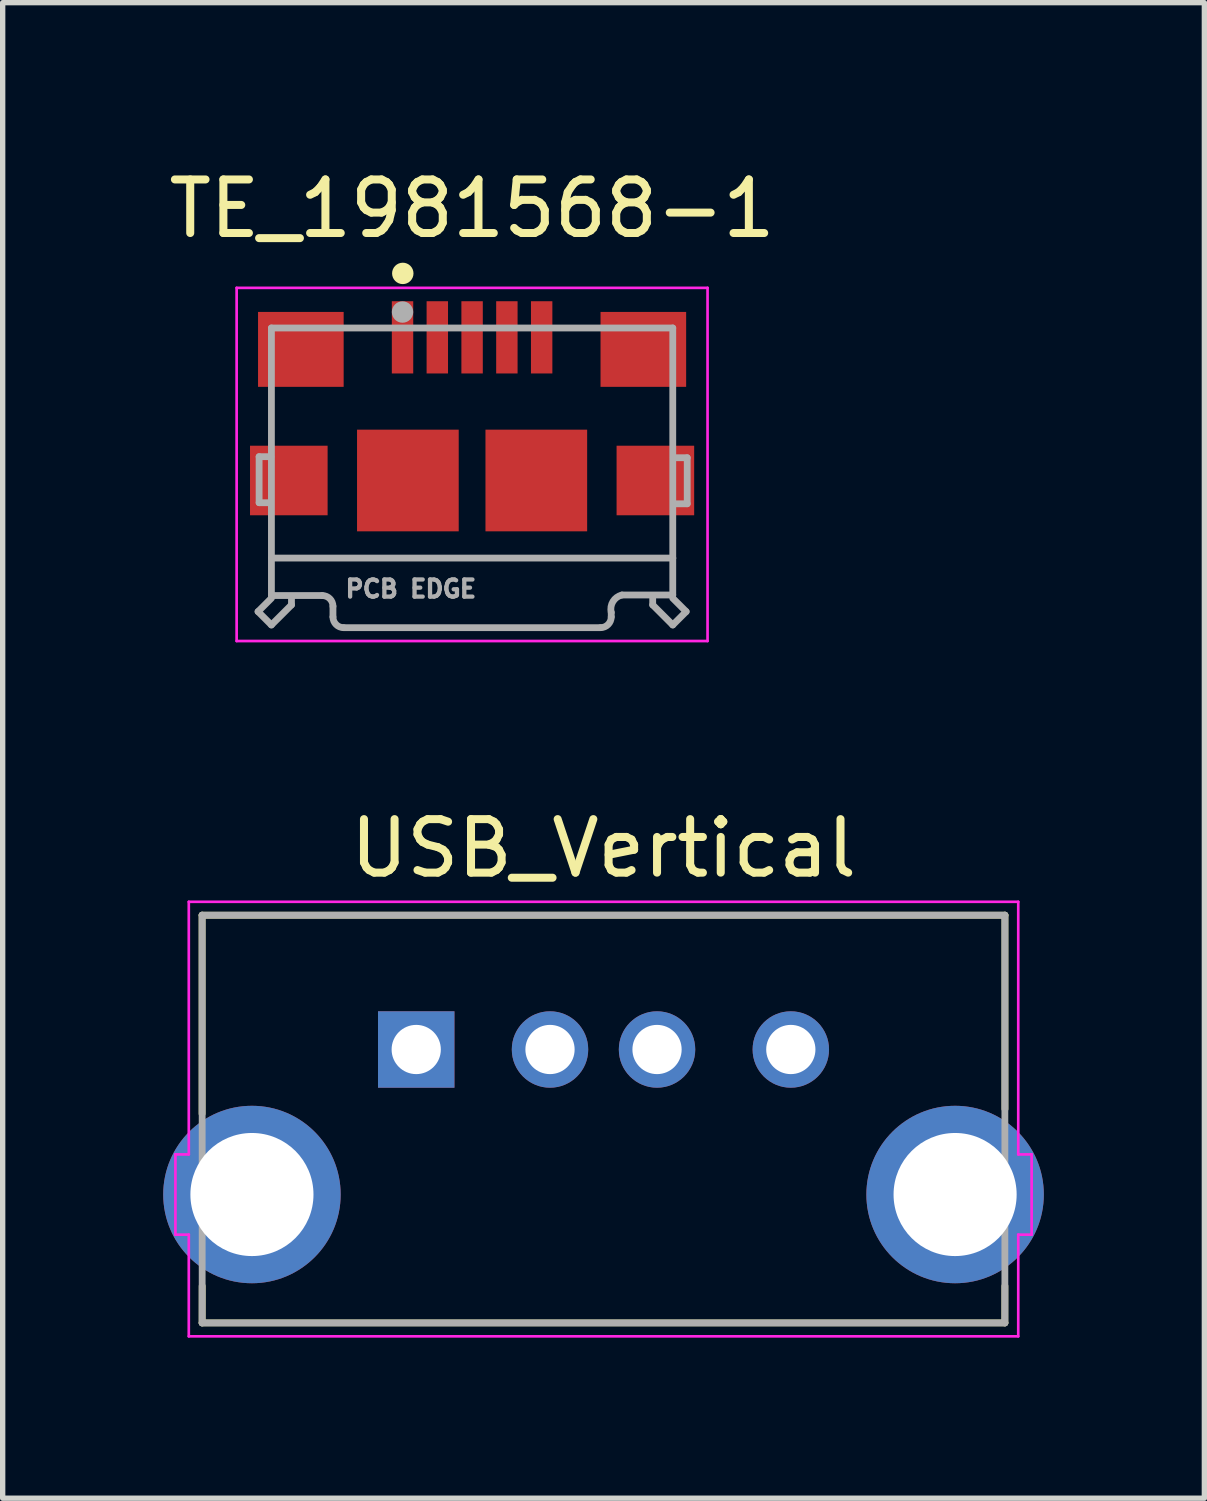
<source format=kicad_pcb>
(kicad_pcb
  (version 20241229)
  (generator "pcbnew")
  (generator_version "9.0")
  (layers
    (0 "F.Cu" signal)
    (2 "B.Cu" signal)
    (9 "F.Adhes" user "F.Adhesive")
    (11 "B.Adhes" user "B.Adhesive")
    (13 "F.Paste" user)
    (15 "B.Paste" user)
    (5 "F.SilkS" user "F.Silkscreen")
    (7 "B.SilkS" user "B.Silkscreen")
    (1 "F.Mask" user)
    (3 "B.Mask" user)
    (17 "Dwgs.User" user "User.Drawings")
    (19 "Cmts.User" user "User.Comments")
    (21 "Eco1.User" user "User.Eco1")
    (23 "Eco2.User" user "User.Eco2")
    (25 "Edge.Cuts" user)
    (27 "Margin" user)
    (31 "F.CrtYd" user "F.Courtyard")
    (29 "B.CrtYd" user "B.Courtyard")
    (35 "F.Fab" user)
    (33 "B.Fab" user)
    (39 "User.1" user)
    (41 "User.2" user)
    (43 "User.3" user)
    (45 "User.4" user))
  (footprint "USB_Vertical"
    (layer "F.Cu")
    (at 8.228 16.562)
    (property "Reference" "USB_Vertical" (at 0 -3.76 0) (unlocked yes) (layer "F.SilkS") (effects (font (size 1 1) (thickness 0.15))))
    (fp_line (start -7.502 -2.51) (end 7.502 -2.51) (stroke (width 0.127) (type solid)) (layer "F.SilkS"))
    (fp_line (start -7.502 1.201) (end -7.502 -2.51) (stroke (width 0.127) (type solid)) (layer "F.SilkS"))
    (fp_line (start -7.501 5.109) (end 7.501 5.109) (stroke (width 0.127) (type solid)) (layer "F.SilkS"))
    (fp_line (start -7.5 4.42) (end -7.501 5.109) (stroke (width 0.127) (type solid)) (layer "F.SilkS"))
    (fp_line (start 7.501 4.419) (end 7.5 5.107) (stroke (width 0.127) (type solid)) (layer "F.SilkS"))
    (fp_line (start 7.502 -2.51) (end 7.502 1.113) (stroke (width 0.127) (type solid)) (layer "F.SilkS"))
    (fp_line (start -8 1.96) (end -8 3.46) (stroke (width 0.05) (type solid)) (layer "F.CrtYd"))
    (fp_line (start -8 3.46) (end -7.75 3.46) (stroke (width 0.05) (type solid)) (layer "F.CrtYd"))
    (fp_line (start -7.75 -2.76) (end -7.75 1.96) (stroke (width 0.05) (type solid)) (layer "F.CrtYd"))
    (fp_line (start -7.75 1.96) (end -8 1.96) (stroke (width 0.05) (type solid)) (layer "F.CrtYd"))
    (fp_line (start -7.75 3.46) (end -7.75 5.36) (stroke (width 0.05) (type solid)) (layer "F.CrtYd"))
    (fp_line (start -7.75 5.36) (end 7.75 5.36) (stroke (width 0.05) (type solid)) (layer "F.CrtYd"))
    (fp_line (start 7.75 -2.76) (end -7.75 -2.76) (stroke (width 0.05) (type solid)) (layer "F.CrtYd"))
    (fp_line (start 7.75 1.96) (end 7.75 -2.76) (stroke (width 0.05) (type solid)) (layer "F.CrtYd"))
    (fp_line (start 7.75 3.46) (end 8 3.46) (stroke (width 0.05) (type solid)) (layer "F.CrtYd"))
    (fp_line (start 7.75 5.36) (end 7.75 3.46) (stroke (width 0.05) (type solid)) (layer "F.CrtYd"))
    (fp_line (start 8 1.96) (end 7.75 1.96) (stroke (width 0.05) (type solid)) (layer "F.CrtYd"))
    (fp_line (start 8 3.46) (end 8 1.96) (stroke (width 0.05) (type solid)) (layer "F.CrtYd"))
    (fp_line (start -7.5 -2.51) (end -7.5 5.11) (stroke (width 0.127) (type solid)) (layer "F.Fab"))
    (fp_line (start -7.5 5.11) (end 7.5 5.11) (stroke (width 0.127) (type solid)) (layer "F.Fab"))
    (fp_line (start 7.5 -2.51) (end -7.5 -2.51) (stroke (width 0.127) (type solid)) (layer "F.Fab"))
    (fp_line (start 7.5 5.11) (end 7.5 -2.51) (stroke (width 0.127) (type solid)) (layer "F.Fab"))
    (pad "1" thru_hole rect (at -3.5 0) (size 1.428 1.428) (drill 0.92) (layers "*.Cu" "*.Mask"))
    (pad "2" thru_hole circle (at -1 0) (size 1.428 1.428) (drill 0.92) (layers "*.Cu" "*.Mask"))
    (pad "3" thru_hole circle (at 1 0) (size 1.428 1.428) (drill 0.92) (layers "*.Cu" "*.Mask"))
    (pad "4" thru_hole circle (at 3.5 0) (size 1.428 1.428) (drill 0.92) (layers "*.Cu" "*.Mask"))
    (pad "5" thru_hole circle (at -6.57 2.71) (size 3.316 3.316) (drill 2.3) (layers "*.Cu" "*.Mask"))
    (pad "5" thru_hole circle (at 6.57 2.71) (size 3.316 3.316) (drill 2.3) (layers "*.Cu" "*.Mask")))
  (footprint "TE_1981568-1"
    (layer "F.Cu")
    (at 5.772 5.929)
    (property "Reference" "TE_1981568-1" (at 0 -5.08 0) (layer "F.SilkS") (effects (font (size 1.001 1.001) (thickness 0.15))))
    (attr through_hole)
    (fp_circle (center -1.295 -3.87) (end -1.195 -3.87) (stroke (width 0.2) (type solid)) (fill no) (layer "F.SilkS"))
    (fp_line (start -4.4 -3.6) (end -4.4 3) (stroke (width 0.05) (type solid)) (layer "F.CrtYd"))
    (fp_line (start -4.4 3) (end 4.4 3) (stroke (width 0.05) (type solid)) (layer "F.CrtYd"))
    (fp_line (start 4.4 -3.6) (end -4.4 -3.6) (stroke (width 0.05) (type solid)) (layer "F.CrtYd"))
    (fp_line (start 4.4 3) (end 4.4 -3.6) (stroke (width 0.05) (type solid)) (layer "F.CrtYd"))
    (fp_line (start -4 2.45) (end -3.75 2.7) (stroke (width 0.127) (type solid)) (layer "F.Fab"))
    (fp_line (start -3.98 -0.445) (end -3.98 0.415) (stroke (width 0.127) (type solid)) (layer "F.Fab"))
    (fp_line (start -3.98 0.415) (end -3.78 0.415) (stroke (width 0.127) (type solid)) (layer "F.Fab"))
    (fp_line (start -3.76 -0.445) (end -3.98 -0.445) (stroke (width 0.127) (type solid)) (layer "F.Fab"))
    (fp_line (start -3.75 -2.85) (end -3.75 1.45) (stroke (width 0.127) (type solid)) (layer "F.Fab"))
    (fp_line (start -3.75 1.45) (end -3.75 2.15) (stroke (width 0.127) (type solid)) (layer "F.Fab"))
    (fp_line (start -3.75 1.45) (end 3.75 1.45) (stroke (width 0.127) (type solid)) (layer "F.Fab"))
    (fp_line (start -3.75 2.15) (end -2.8 2.15) (stroke (width 0.127) (type solid)) (layer "F.Fab"))
    (fp_line (start -3.75 2.2) (end -4 2.45) (stroke (width 0.127) (type solid)) (layer "F.Fab"))
    (fp_line (start -3.75 2.7) (end -3.375 2.325) (stroke (width 0.127) (type solid)) (layer "F.Fab"))
    (fp_line (start -3.375 2.325) (end -3.375 2.2) (stroke (width 0.127) (type solid)) (layer "F.Fab"))
    (fp_line (start -2.6 2.35) (end -2.6 2.55) (stroke (width 0.127) (type solid)) (layer "F.Fab"))
    (fp_line (start 2.4 2.75) (end -2.4 2.75) (stroke (width 0.127) (type solid)) (layer "F.Fab"))
    (fp_line (start 2.6 2.465) (end 2.6 2.55) (stroke (width 0.127) (type solid)) (layer "F.Fab"))
    (fp_line (start 3.375 2.325) (end 3.375 2.2) (stroke (width 0.127) (type solid)) (layer "F.Fab"))
    (fp_line (start 3.75 -2.85) (end -3.75 -2.85) (stroke (width 0.127) (type solid)) (layer "F.Fab"))
    (fp_line (start 3.75 1.45) (end 3.75 -2.85) (stroke (width 0.127) (type solid)) (layer "F.Fab"))
    (fp_line (start 3.75 2.14) (end 2.8 2.14) (stroke (width 0.127) (type solid)) (layer "F.Fab"))
    (fp_line (start 3.75 2.14) (end 3.75 1.45) (stroke (width 0.127) (type solid)) (layer "F.Fab"))
    (fp_line (start 3.75 2.2) (end 4 2.45) (stroke (width 0.127) (type solid)) (layer "F.Fab"))
    (fp_line (start 3.75 2.7) (end 3.375 2.325) (stroke (width 0.127) (type solid)) (layer "F.Fab"))
    (fp_line (start 3.76 -0.425) (end 4.02 -0.425) (stroke (width 0.127) (type solid)) (layer "F.Fab"))
    (fp_line (start 4 2.45) (end 3.75 2.7) (stroke (width 0.127) (type solid)) (layer "F.Fab"))
    (fp_line (start 4.02 -0.425) (end 4.02 0.435) (stroke (width 0.127) (type solid)) (layer "F.Fab"))
    (fp_line (start 4.02 0.435) (end 3.77 0.435) (stroke (width 0.127) (type solid)) (layer "F.Fab"))
    (fp_arc (start -2.8 2.15) (mid -2.658579 2.208579) (end -2.6 2.35) (stroke (width 0.127) (type solid)) (layer "F.Fab"))
    (fp_arc (start -2.4 2.75) (mid -2.541421 2.691421) (end -2.6 2.55) (stroke (width 0.127) (type solid)) (layer "F.Fab"))
    (fp_arc (start 2.6 2.465) (mid 2.63269 2.261079) (end 2.8 2.14) (stroke (width 0.127) (type solid)) (layer "F.Fab"))
    (fp_arc (start 2.6 2.55) (mid 2.541421 2.691421) (end 2.4 2.75) (stroke (width 0.127) (type solid)) (layer "F.Fab"))
    (fp_circle (center -1.3 -3.148) (end -1.2 -3.148) (stroke (width 0.2) (type solid)) (fill no) (layer "F.Fab"))
    (fp_text user "PCB EDGE" (at -1.144 2.026 0) (layer "F.Fab") (effects (font (size 0.32 0.32) (thickness 0.15))))
    (pad "1" smd rect (at -1.3 -2.675 90) (size 1.35 0.4) (layers "F.Cu" "F.Mask" "F.Paste"))
    (pad "2" smd rect (at -0.65 -2.675 90) (size 1.35 0.4) (layers "F.Cu" "F.Mask" "F.Paste"))
    (pad "3" smd rect (at 0 -2.675 90) (size 1.35 0.4) (layers "F.Cu" "F.Mask" "F.Paste"))
    (pad "4" smd rect (at 0.65 -2.675 90) (size 1.35 0.4) (layers "F.Cu" "F.Mask" "F.Paste"))
    (pad "5" smd rect (at 1.3 -2.675 90) (size 1.35 0.4) (layers "F.Cu" "F.Mask" "F.Paste"))
    (pad "6" smd rect (at -3.425 0 90) (size 1.3 1.45) (layers "F.Cu" "F.Mask" "F.Paste"))
    (pad "6" smd rect (at -3.2 -2.45 90) (size 1.4 1.6) (layers "F.Cu" "F.Mask" "F.Paste"))
    (pad "6" smd rect (at -1.2 0 90) (size 1.9 1.9) (layers "F.Cu" "F.Mask" "F.Paste"))
    (pad "6" smd rect (at 1.2 0 90) (size 1.9 1.9) (layers "F.Cu" "F.Mask" "F.Paste"))
    (pad "6" smd rect (at 3.2 -2.45 90) (size 1.4 1.6) (layers "F.Cu" "F.Mask" "F.Paste"))
    (pad "6" smd rect (at 3.425 0 90) (size 1.3 1.45) (layers "F.Cu" "F.Mask" "F.Paste")))
  (gr_rect
    (start -3 -3)
    (end 19.456 24.947)
    (stroke (width 0.1) (type default))
    (fill no)
    (layer "Edge.Cuts")))
</source>
